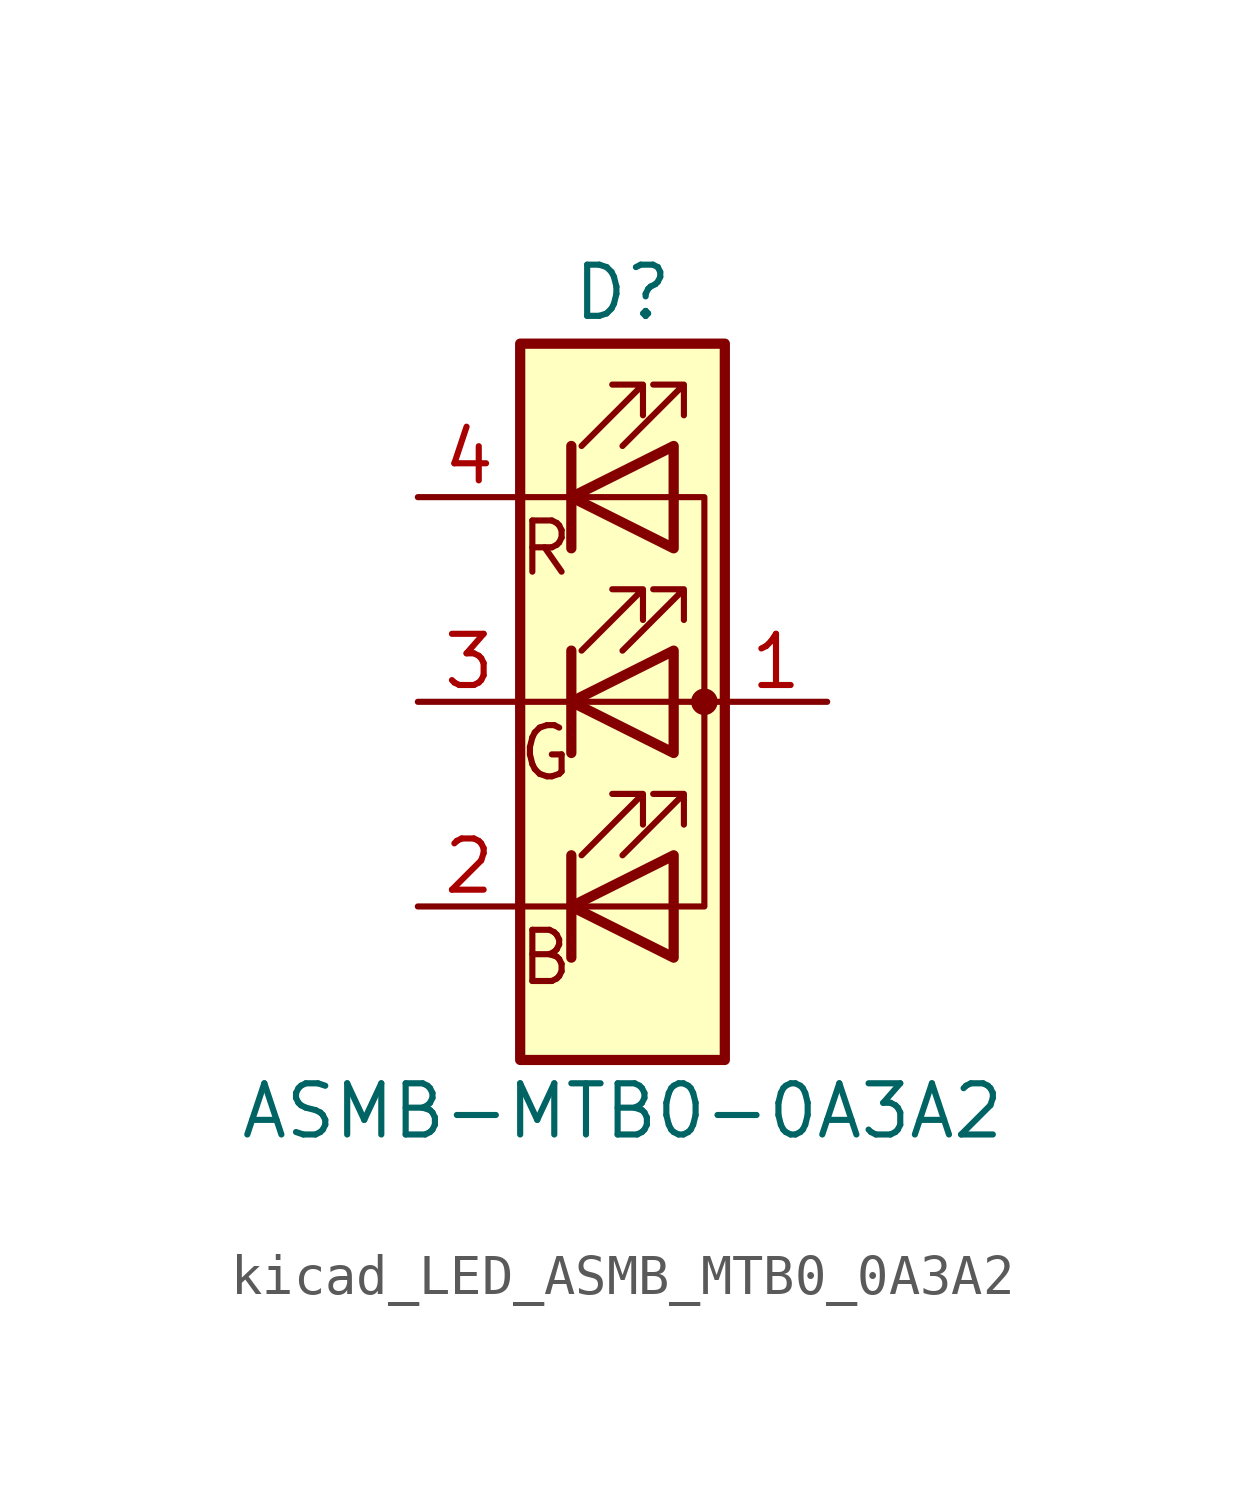
<source format=kicad_sym>
(kicad_symbol_lib
  (version 20220914)
  (generator kicad_symbol_editor)
  (symbol "kicad_LED_ASMB_MTB0_0A3A2"
    (pin_names
      (offset 0) hide)
    (property "Reference" "D"
      (at 0 10.16 0)
      (effects (font (size 1.27 1.27))))
    (property "Value" "ASMB-MTB0-0A3A2"
      (at 0 -10.16 0)
      (effects (font (size 1.27 1.27))))
    (symbol "kicad_LED_ASMB_MTB0_0A3A2_0_0"
      (text "B" (at -1.905 -6.35 0) (effects (font (size 1.27 1.27))))
      (text "G" (at -1.905 -1.27 0) (effects (font (size 1.27 1.27))))
      (text "R" (at -1.905 3.81 0) (effects (font (size 1.27 1.27)))))
    (symbol "kicad_LED_ASMB_MTB0_0A3A2_0_1"
      (rectangle (start -2.54 -8.89) (end 2.54 8.89) (stroke (width 0.254) (type default)) (fill (type background)))
      (polyline (pts (xy -2.54 -5.08) (xy 1.27 -5.08)) (stroke (width 0) (type default)) (fill (type none)))
      (polyline (pts (xy -1.27 -3.81) (xy -1.27 -6.35)) (stroke (width 0.254) (type default)) (fill (type none)))
      (polyline (pts (xy -1.27 1.27) (xy -1.27 -1.27)) (stroke (width 0.254) (type default)) (fill (type none)))
      (polyline (pts (xy -1.27 6.35) (xy -1.27 3.81)) (stroke (width 0.254) (type default)) (fill (type none)))
      (polyline (pts (xy 1.27 5.08) (xy -2.54 5.08)) (stroke (width 0) (type default)) (fill (type none)))
      (polyline (pts (xy 2.54 0) (xy -2.54 0)) (stroke (width 0) (type default)) (fill (type none)))
      (polyline (pts (xy 1.27 -5.08) (xy 2.032 -5.08) (xy 2.032 5.08) (xy 1.27 5.08)) (stroke (width 0) (type default)) (fill (type none)))
      (polyline (pts (xy 1.27 -3.81) (xy 1.27 -6.35) (xy -1.27 -5.08) (xy 1.27 -3.81)) (stroke (width 0.254) (type default)) (fill (type none)))
      (polyline (pts (xy 1.27 1.27) (xy 1.27 -1.27) (xy -1.27 0) (xy 1.27 1.27)) (stroke (width 0.254) (type default)) (fill (type none)))
      (polyline (pts (xy 1.27 6.35) (xy 1.27 3.81) (xy -1.27 5.08) (xy 1.27 6.35)) (stroke (width 0.254) (type default)) (fill (type none)))
      (polyline (pts (xy -1.016 -3.81) (xy 0.508 -2.286) (xy -0.254 -2.286) (xy 0.508 -2.286) (xy 0.508 -3.048)) (stroke (width 0) (type default)) (fill (type none)))
      (polyline (pts (xy -1.016 1.27) (xy 0.508 2.794) (xy -0.254 2.794) (xy 0.508 2.794) (xy 0.508 2.032)) (stroke (width 0) (type default)) (fill (type none)))
      (polyline (pts (xy -1.016 6.35) (xy 0.508 7.874) (xy -0.254 7.874) (xy 0.508 7.874) (xy 0.508 7.112)) (stroke (width 0) (type default)) (fill (type none)))
      (polyline (pts (xy 0 -3.81) (xy 1.524 -2.286) (xy 0.762 -2.286) (xy 1.524 -2.286) (xy 1.524 -3.048)) (stroke (width 0) (type default)) (fill (type none)))
      (polyline (pts (xy 0 1.27) (xy 1.524 2.794) (xy 0.762 2.794) (xy 1.524 2.794) (xy 1.524 2.032)) (stroke (width 0) (type default)) (fill (type none)))
      (polyline (pts (xy 0 6.35) (xy 1.524 7.874) (xy 0.762 7.874) (xy 1.524 7.874) (xy 1.524 7.112)) (stroke (width 0) (type default)) (fill (type none)))
      (rectangle (start 1.27 6.35) (end 1.27 6.35) (stroke (width 0) (type default)) (fill (type none)))
      (circle (center 2.032 0) (radius 0.254) (stroke (width 0) (type default)) (fill (type outline))))
    (symbol "kicad_LED_ASMB_MTB0_0A3A2_1_1"
      (pin passive line (at 5.08 0 180) (length 2.54) (name "A" (effects (font (size 1.27 1.27)))) (number "1" (effects (font (size 1.27 1.27)))))
      (pin passive line (at -5.08 -5.08 0) (length 2.54) (name "BK" (effects (font (size 1.27 1.27)))) (number "2" (effects (font (size 1.27 1.27)))))
      (pin passive line (at -5.08 0 0) (length 2.54) (name "GK" (effects (font (size 1.27 1.27)))) (number "3" (effects (font (size 1.27 1.27)))))
      (pin passive line (at -5.08 5.08 0) (length 2.54) (name "RK" (effects (font (size 1.27 1.27)))) (number "4" (effects (font (size 1.27 1.27))))))))
</source>
